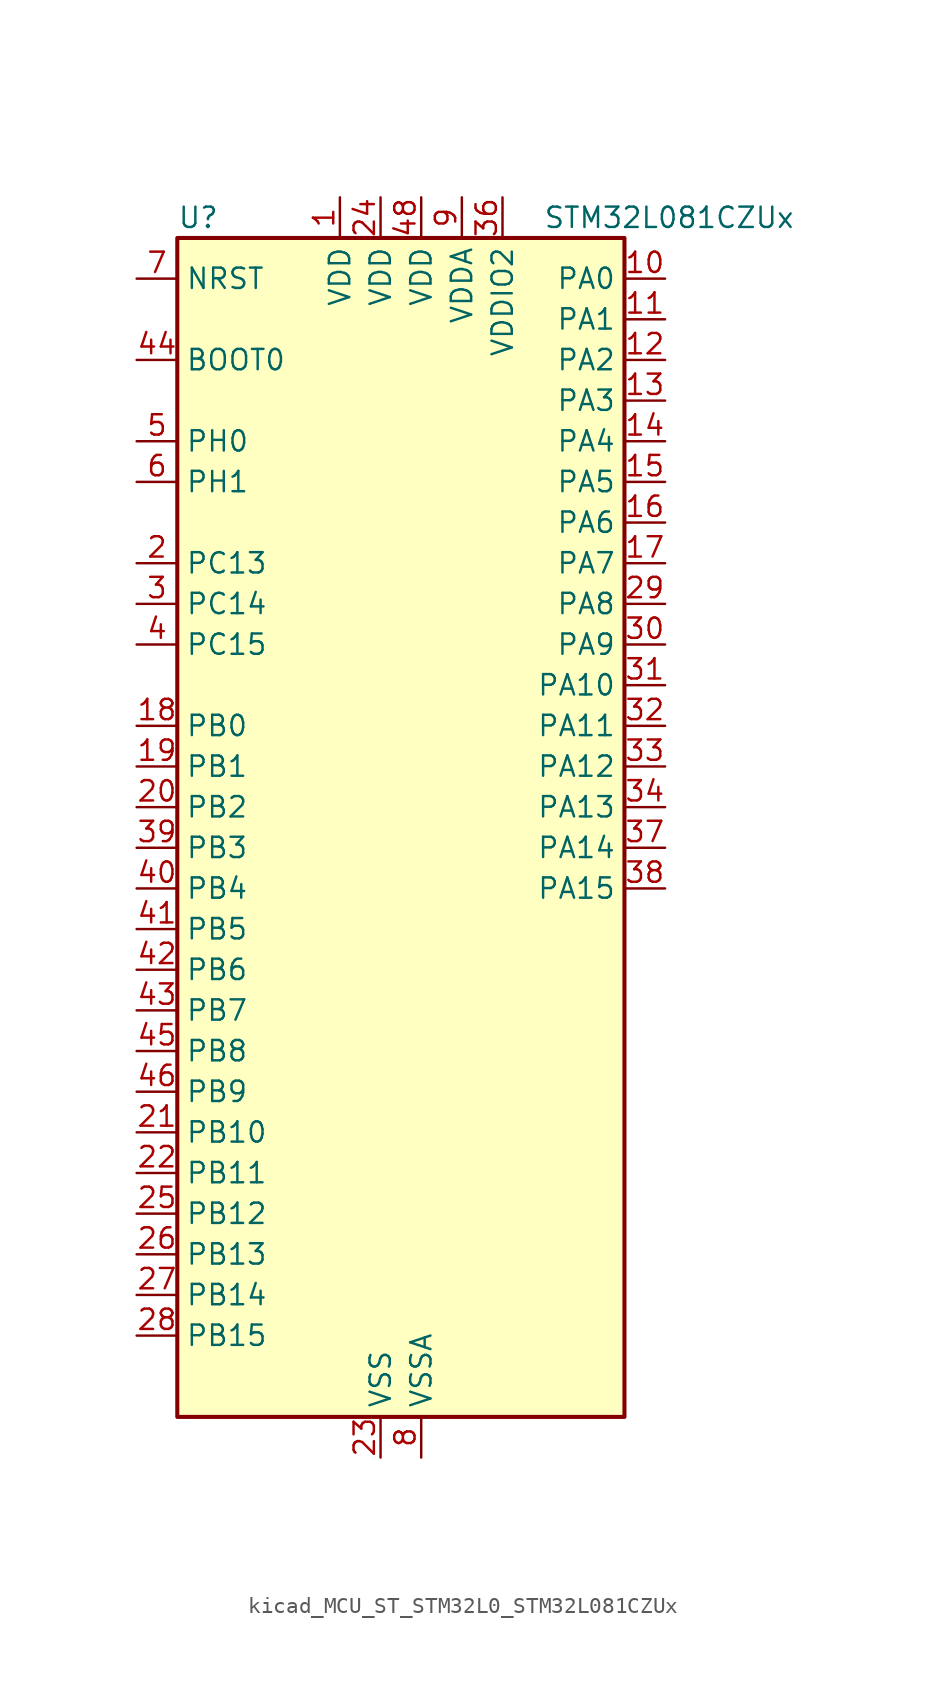
<source format=kicad_sym>
(kicad_symbol_lib
  (version 20220914)
  (generator kicad_symbol_editor)
  (symbol "kicad_MCU_ST_STM32L0_STM32L081CZUx"
    (property "Reference" "U"
      (at -12.7 39.37 0)
      (effects (font (size 1.27 1.27)) (justify left)))
    (property "Value" "STM32L081CZUx"
      (at 10.16 39.37 0)
      (effects (font (size 1.27 1.27)) (justify left)))
    (property "ki_locked" ""
      (at 0 0 0)
      (effects (font (size 1.27 1.27))))
    (symbol "kicad_MCU_ST_STM32L0_STM32L081CZUx_0_1"
      (rectangle (start -12.7 -35.56) (end 15.24 38.1) (stroke (width 0.254) (type default)) (fill (type background))))
    (symbol "kicad_MCU_ST_STM32L0_STM32L081CZUx_1_1"
      (pin power_in line (at -2.54 40.64 270) (length 2.54) (name "VDD" (effects (font (size 1.27 1.27)))) (number "1" (effects (font (size 1.27 1.27)))))
      (pin bidirectional line (at 17.78 35.56 180) (length 2.54) (name "PA0" (effects (font (size 1.27 1.27)))) (number "10" (effects (font (size 1.27 1.27)))) (alternate "ADC_IN0" bidirectional line) (alternate "COMP1_INM" bidirectional line) (alternate "COMP1_OUT" bidirectional line) (alternate "RTC_TAMP2" bidirectional line) (alternate "SYS_WKUP1" bidirectional line) (alternate "TIM2_CH1" bidirectional line) (alternate "TIM2_ETR" bidirectional line) (alternate "USART2_CTS" bidirectional line) (alternate "USART4_TX" bidirectional line))
      (pin bidirectional line (at 17.78 33.02 180) (length 2.54) (name "PA1" (effects (font (size 1.27 1.27)))) (number "11" (effects (font (size 1.27 1.27)))) (alternate "ADC_IN1" bidirectional line) (alternate "COMP1_INP" bidirectional line) (alternate "TIM21_ETR" bidirectional line) (alternate "TIM2_CH2" bidirectional line) (alternate "USART2_DE" bidirectional line) (alternate "USART2_RTS" bidirectional line) (alternate "USART4_RX" bidirectional line))
      (pin bidirectional line (at 17.78 30.48 180) (length 2.54) (name "PA2" (effects (font (size 1.27 1.27)))) (number "12" (effects (font (size 1.27 1.27)))) (alternate "ADC_IN2" bidirectional line) (alternate "COMP2_INM" bidirectional line) (alternate "COMP2_OUT" bidirectional line) (alternate "LPUART1_TX" bidirectional line) (alternate "TIM21_CH1" bidirectional line) (alternate "TIM2_CH3" bidirectional line) (alternate "USART2_TX" bidirectional line))
      (pin bidirectional line (at 17.78 27.94 180) (length 2.54) (name "PA3" (effects (font (size 1.27 1.27)))) (number "13" (effects (font (size 1.27 1.27)))) (alternate "ADC_IN3" bidirectional line) (alternate "COMP2_INP" bidirectional line) (alternate "LPUART1_RX" bidirectional line) (alternate "TIM21_CH2" bidirectional line) (alternate "TIM2_CH4" bidirectional line) (alternate "USART2_RX" bidirectional line))
      (pin bidirectional line (at 17.78 25.4 180) (length 2.54) (name "PA4" (effects (font (size 1.27 1.27)))) (number "14" (effects (font (size 1.27 1.27)))) (alternate "ADC_IN4" bidirectional line) (alternate "COMP1_INM" bidirectional line) (alternate "COMP2_INM" bidirectional line) (alternate "SPI1_NSS" bidirectional line) (alternate "TIM22_ETR" bidirectional line) (alternate "USART2_CK" bidirectional line))
      (pin bidirectional line (at 17.78 22.86 180) (length 2.54) (name "PA5" (effects (font (size 1.27 1.27)))) (number "15" (effects (font (size 1.27 1.27)))) (alternate "ADC_IN5" bidirectional line) (alternate "COMP1_INM" bidirectional line) (alternate "COMP2_INM" bidirectional line) (alternate "SPI1_SCK" bidirectional line) (alternate "TIM2_CH1" bidirectional line) (alternate "TIM2_ETR" bidirectional line))
      (pin bidirectional line (at 17.78 20.32 180) (length 2.54) (name "PA6" (effects (font (size 1.27 1.27)))) (number "16" (effects (font (size 1.27 1.27)))) (alternate "ADC_IN6" bidirectional line) (alternate "COMP1_OUT" bidirectional line) (alternate "LPUART1_CTS" bidirectional line) (alternate "SPI1_MISO" bidirectional line) (alternate "TIM22_CH1" bidirectional line) (alternate "TIM3_CH1" bidirectional line))
      (pin bidirectional line (at 17.78 17.78 180) (length 2.54) (name "PA7" (effects (font (size 1.27 1.27)))) (number "17" (effects (font (size 1.27 1.27)))) (alternate "ADC_IN7" bidirectional line) (alternate "COMP2_OUT" bidirectional line) (alternate "SPI1_MOSI" bidirectional line) (alternate "TIM22_CH2" bidirectional line) (alternate "TIM3_CH2" bidirectional line))
      (pin bidirectional line (at -15.24 7.62 0) (length 2.54) (name "PB0" (effects (font (size 1.27 1.27)))) (number "18" (effects (font (size 1.27 1.27)))) (alternate "ADC_IN8" bidirectional line) (alternate "SYS_VREF_OUT_PB0" bidirectional line) (alternate "TIM3_CH3" bidirectional line))
      (pin bidirectional line (at -15.24 5.08 0) (length 2.54) (name "PB1" (effects (font (size 1.27 1.27)))) (number "19" (effects (font (size 1.27 1.27)))) (alternate "ADC_IN9" bidirectional line) (alternate "LPUART1_DE" bidirectional line) (alternate "LPUART1_RTS" bidirectional line) (alternate "SYS_VREF_OUT_PB1" bidirectional line) (alternate "TIM3_CH4" bidirectional line))
      (pin bidirectional line (at -15.24 17.78 0) (length 2.54) (name "PC13" (effects (font (size 1.27 1.27)))) (number "2" (effects (font (size 1.27 1.27)))) (alternate "RTC_OUT_ALARM" bidirectional line) (alternate "RTC_OUT_CALIB" bidirectional line) (alternate "RTC_TAMP1" bidirectional line) (alternate "RTC_TS" bidirectional line) (alternate "SYS_WKUP2" bidirectional line))
      (pin bidirectional line (at -15.24 2.54 0) (length 2.54) (name "PB2" (effects (font (size 1.27 1.27)))) (number "20" (effects (font (size 1.27 1.27)))) (alternate "I2C3_SMBA" bidirectional line) (alternate "LPTIM1_OUT" bidirectional line))
      (pin bidirectional line (at -15.24 -17.78 0) (length 2.54) (name "PB10" (effects (font (size 1.27 1.27)))) (number "21" (effects (font (size 1.27 1.27)))) (alternate "I2C2_SCL" bidirectional line) (alternate "LPUART1_RX" bidirectional line) (alternate "LPUART1_TX" bidirectional line) (alternate "SPI2_SCK" bidirectional line) (alternate "TIM2_CH3" bidirectional line))
      (pin bidirectional line (at -15.24 -20.32 0) (length 2.54) (name "PB11" (effects (font (size 1.27 1.27)))) (number "22" (effects (font (size 1.27 1.27)))) (alternate "ADC_EXTI11" bidirectional line) (alternate "I2C2_SDA" bidirectional line) (alternate "LPUART1_RX" bidirectional line) (alternate "LPUART1_TX" bidirectional line) (alternate "TIM2_CH4" bidirectional line))
      (pin power_in line (at 0 -38.1 90) (length 2.54) (name "VSS" (effects (font (size 1.27 1.27)))) (number "23" (effects (font (size 1.27 1.27)))))
      (pin power_in line (at 0 40.64 270) (length 2.54) (name "VDD" (effects (font (size 1.27 1.27)))) (number "24" (effects (font (size 1.27 1.27)))))
      (pin bidirectional line (at -15.24 -22.86 0) (length 2.54) (name "PB12" (effects (font (size 1.27 1.27)))) (number "25" (effects (font (size 1.27 1.27)))) (alternate "I2S2_WS" bidirectional line) (alternate "LPUART1_DE" bidirectional line) (alternate "LPUART1_RTS" bidirectional line) (alternate "SPI2_NSS" bidirectional line))
      (pin bidirectional line (at -15.24 -25.4 0) (length 2.54) (name "PB13" (effects (font (size 1.27 1.27)))) (number "26" (effects (font (size 1.27 1.27)))) (alternate "I2C2_SCL" bidirectional line) (alternate "I2S2_CK" bidirectional line) (alternate "LPUART1_CTS" bidirectional line) (alternate "RCC_MCO" bidirectional line) (alternate "SPI2_SCK" bidirectional line) (alternate "TIM21_CH1" bidirectional line))
      (pin bidirectional line (at -15.24 -27.94 0) (length 2.54) (name "PB14" (effects (font (size 1.27 1.27)))) (number "27" (effects (font (size 1.27 1.27)))) (alternate "I2C2_SDA" bidirectional line) (alternate "I2S2_MCK" bidirectional line) (alternate "LPUART1_DE" bidirectional line) (alternate "LPUART1_RTS" bidirectional line) (alternate "RTC_OUT_ALARM" bidirectional line) (alternate "RTC_OUT_CALIB" bidirectional line) (alternate "SPI2_MISO" bidirectional line) (alternate "TIM21_CH2" bidirectional line))
      (pin bidirectional line (at -15.24 -30.48 0) (length 2.54) (name "PB15" (effects (font (size 1.27 1.27)))) (number "28" (effects (font (size 1.27 1.27)))) (alternate "I2S2_SD" bidirectional line) (alternate "RTC_REFIN" bidirectional line) (alternate "SPI2_MOSI" bidirectional line))
      (pin bidirectional line (at 17.78 15.24 180) (length 2.54) (name "PA8" (effects (font (size 1.27 1.27)))) (number "29" (effects (font (size 1.27 1.27)))) (alternate "I2C3_SCL" bidirectional line) (alternate "RCC_MCO" bidirectional line) (alternate "USART1_CK" bidirectional line))
      (pin bidirectional line (at -15.24 15.24 0) (length 2.54) (name "PC14" (effects (font (size 1.27 1.27)))) (number "3" (effects (font (size 1.27 1.27)))) (alternate "RCC_OSC32_IN" bidirectional line))
      (pin bidirectional line (at 17.78 12.7 180) (length 2.54) (name "PA9" (effects (font (size 1.27 1.27)))) (number "30" (effects (font (size 1.27 1.27)))) (alternate "I2C1_SCL" bidirectional line) (alternate "I2C3_SMBA" bidirectional line) (alternate "RCC_MCO" bidirectional line) (alternate "USART1_TX" bidirectional line))
      (pin bidirectional line (at 17.78 10.16 180) (length 2.54) (name "PA10" (effects (font (size 1.27 1.27)))) (number "31" (effects (font (size 1.27 1.27)))) (alternate "I2C1_SDA" bidirectional line) (alternate "USART1_RX" bidirectional line))
      (pin bidirectional line (at 17.78 7.62 180) (length 2.54) (name "PA11" (effects (font (size 1.27 1.27)))) (number "32" (effects (font (size 1.27 1.27)))) (alternate "ADC_EXTI11" bidirectional line) (alternate "COMP1_OUT" bidirectional line) (alternate "SPI1_MISO" bidirectional line) (alternate "USART1_CTS" bidirectional line))
      (pin bidirectional line (at 17.78 5.08 180) (length 2.54) (name "PA12" (effects (font (size 1.27 1.27)))) (number "33" (effects (font (size 1.27 1.27)))) (alternate "COMP2_OUT" bidirectional line) (alternate "SPI1_MOSI" bidirectional line) (alternate "USART1_DE" bidirectional line) (alternate "USART1_RTS" bidirectional line))
      (pin bidirectional line (at 17.78 2.54 180) (length 2.54) (name "PA13" (effects (font (size 1.27 1.27)))) (number "34" (effects (font (size 1.27 1.27)))) (alternate "LPUART1_RX" bidirectional line) (alternate "SYS_SWDIO" bidirectional line))
      (pin passive line (at 0 -38.1 90) (length 2.54) hide (name "VSS" (effects (font (size 1.27 1.27)))) (number "35" (effects (font (size 1.27 1.27)))))
      (pin power_in line (at 7.62 40.64 270) (length 2.54) (name "VDDIO2" (effects (font (size 1.27 1.27)))) (number "36" (effects (font (size 1.27 1.27)))))
      (pin bidirectional line (at 17.78 0 180) (length 2.54) (name "PA14" (effects (font (size 1.27 1.27)))) (number "37" (effects (font (size 1.27 1.27)))) (alternate "LPUART1_TX" bidirectional line) (alternate "SYS_SWCLK" bidirectional line) (alternate "USART2_TX" bidirectional line))
      (pin bidirectional line (at 17.78 -2.54 180) (length 2.54) (name "PA15" (effects (font (size 1.27 1.27)))) (number "38" (effects (font (size 1.27 1.27)))) (alternate "SPI1_NSS" bidirectional line) (alternate "TIM2_CH1" bidirectional line) (alternate "TIM2_ETR" bidirectional line) (alternate "USART2_RX" bidirectional line) (alternate "USART4_DE" bidirectional line) (alternate "USART4_RTS" bidirectional line))
      (pin bidirectional line (at -15.24 0 0) (length 2.54) (name "PB3" (effects (font (size 1.27 1.27)))) (number "39" (effects (font (size 1.27 1.27)))) (alternate "COMP2_INM" bidirectional line) (alternate "SPI1_SCK" bidirectional line) (alternate "TIM2_CH2" bidirectional line) (alternate "USART1_DE" bidirectional line) (alternate "USART1_RTS" bidirectional line) (alternate "USART5_TX" bidirectional line))
      (pin bidirectional line (at -15.24 12.7 0) (length 2.54) (name "PC15" (effects (font (size 1.27 1.27)))) (number "4" (effects (font (size 1.27 1.27)))) (alternate "RCC_OSC32_OUT" bidirectional line))
      (pin bidirectional line (at -15.24 -2.54 0) (length 2.54) (name "PB4" (effects (font (size 1.27 1.27)))) (number "40" (effects (font (size 1.27 1.27)))) (alternate "COMP2_INP" bidirectional line) (alternate "I2C3_SDA" bidirectional line) (alternate "SPI1_MISO" bidirectional line) (alternate "TIM22_CH1" bidirectional line) (alternate "TIM3_CH1" bidirectional line) (alternate "USART1_CTS" bidirectional line) (alternate "USART5_RX" bidirectional line))
      (pin bidirectional line (at -15.24 -5.08 0) (length 2.54) (name "PB5" (effects (font (size 1.27 1.27)))) (number "41" (effects (font (size 1.27 1.27)))) (alternate "COMP2_INP" bidirectional line) (alternate "I2C1_SMBA" bidirectional line) (alternate "LPTIM1_IN1" bidirectional line) (alternate "SPI1_MOSI" bidirectional line) (alternate "TIM22_CH2" bidirectional line) (alternate "TIM3_CH2" bidirectional line) (alternate "USART1_CK" bidirectional line) (alternate "USART5_CK" bidirectional line) (alternate "USART5_DE" bidirectional line) (alternate "USART5_RTS" bidirectional line))
      (pin bidirectional line (at -15.24 -7.62 0) (length 2.54) (name "PB6" (effects (font (size 1.27 1.27)))) (number "42" (effects (font (size 1.27 1.27)))) (alternate "COMP2_INP" bidirectional line) (alternate "I2C1_SCL" bidirectional line) (alternate "LPTIM1_ETR" bidirectional line) (alternate "USART1_TX" bidirectional line))
      (pin bidirectional line (at -15.24 -10.16 0) (length 2.54) (name "PB7" (effects (font (size 1.27 1.27)))) (number "43" (effects (font (size 1.27 1.27)))) (alternate "COMP2_INP" bidirectional line) (alternate "I2C1_SDA" bidirectional line) (alternate "LPTIM1_IN2" bidirectional line) (alternate "SYS_PVD_IN" bidirectional line) (alternate "USART1_RX" bidirectional line) (alternate "USART4_CTS" bidirectional line))
      (pin input line (at -15.24 30.48 0) (length 2.54) (name "BOOT0" (effects (font (size 1.27 1.27)))) (number "44" (effects (font (size 1.27 1.27)))))
      (pin bidirectional line (at -15.24 -12.7 0) (length 2.54) (name "PB8" (effects (font (size 1.27 1.27)))) (number "45" (effects (font (size 1.27 1.27)))) (alternate "I2C1_SCL" bidirectional line))
      (pin bidirectional line (at -15.24 -15.24 0) (length 2.54) (name "PB9" (effects (font (size 1.27 1.27)))) (number "46" (effects (font (size 1.27 1.27)))) (alternate "I2C1_SDA" bidirectional line) (alternate "I2S2_WS" bidirectional line) (alternate "SPI2_NSS" bidirectional line))
      (pin passive line (at 0 -38.1 90) (length 2.54) hide (name "VSS" (effects (font (size 1.27 1.27)))) (number "47" (effects (font (size 1.27 1.27)))))
      (pin power_in line (at 2.54 40.64 270) (length 2.54) (name "VDD" (effects (font (size 1.27 1.27)))) (number "48" (effects (font (size 1.27 1.27)))))
      (pin passive line (at 0 -38.1 90) (length 2.54) hide (name "VSS" (effects (font (size 1.27 1.27)))) (number "49" (effects (font (size 1.27 1.27)))))
      (pin bidirectional line (at -15.24 25.4 0) (length 2.54) (name "PH0" (effects (font (size 1.27 1.27)))) (number "5" (effects (font (size 1.27 1.27)))) (alternate "RCC_OSC_IN" bidirectional line))
      (pin bidirectional line (at -15.24 22.86 0) (length 2.54) (name "PH1" (effects (font (size 1.27 1.27)))) (number "6" (effects (font (size 1.27 1.27)))) (alternate "RCC_OSC_OUT" bidirectional line))
      (pin input line (at -15.24 35.56 0) (length 2.54) (name "NRST" (effects (font (size 1.27 1.27)))) (number "7" (effects (font (size 1.27 1.27)))))
      (pin power_in line (at 2.54 -38.1 90) (length 2.54) (name "VSSA" (effects (font (size 1.27 1.27)))) (number "8" (effects (font (size 1.27 1.27)))))
      (pin power_in line (at 5.08 40.64 270) (length 2.54) (name "VDDA" (effects (font (size 1.27 1.27)))) (number "9" (effects (font (size 1.27 1.27))))))))
</source>
